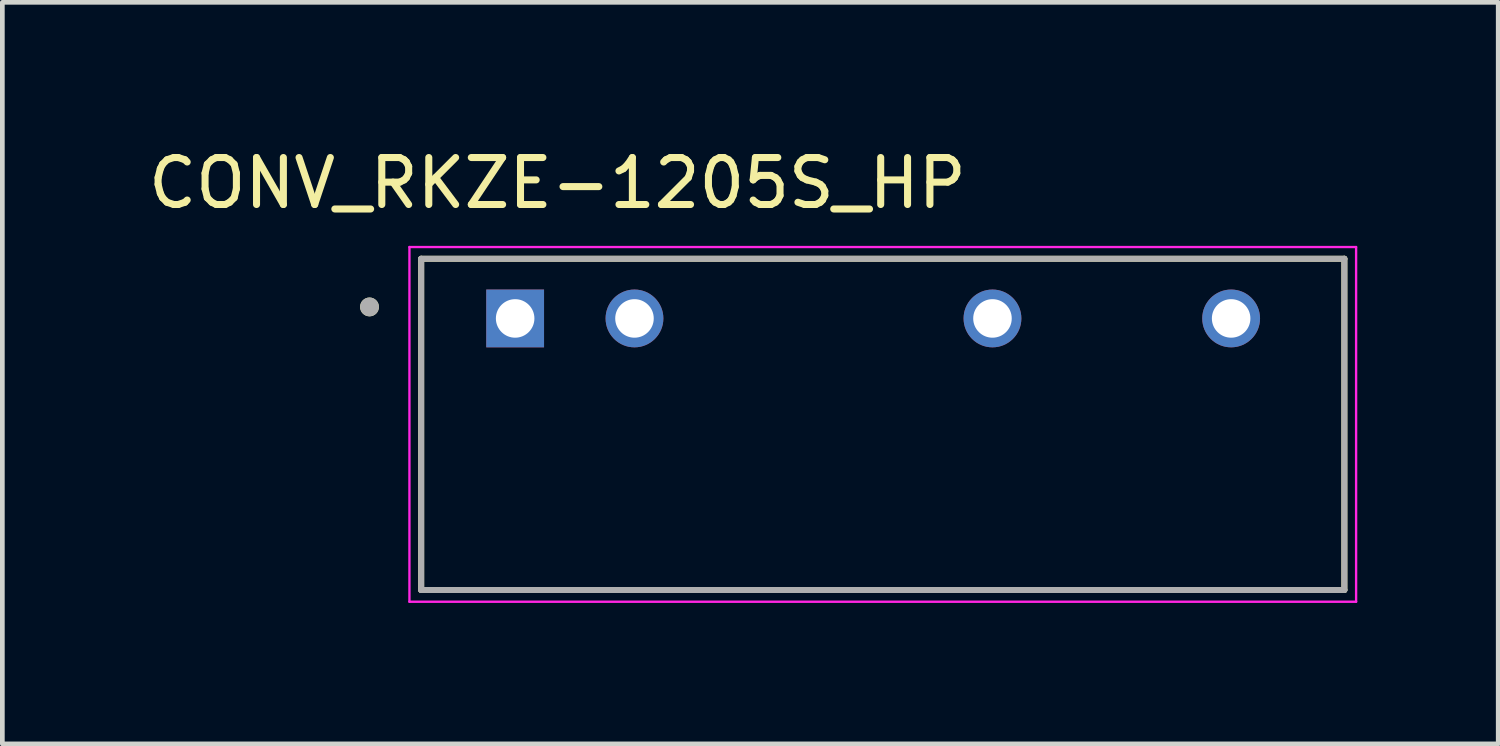
<source format=kicad_pcb>
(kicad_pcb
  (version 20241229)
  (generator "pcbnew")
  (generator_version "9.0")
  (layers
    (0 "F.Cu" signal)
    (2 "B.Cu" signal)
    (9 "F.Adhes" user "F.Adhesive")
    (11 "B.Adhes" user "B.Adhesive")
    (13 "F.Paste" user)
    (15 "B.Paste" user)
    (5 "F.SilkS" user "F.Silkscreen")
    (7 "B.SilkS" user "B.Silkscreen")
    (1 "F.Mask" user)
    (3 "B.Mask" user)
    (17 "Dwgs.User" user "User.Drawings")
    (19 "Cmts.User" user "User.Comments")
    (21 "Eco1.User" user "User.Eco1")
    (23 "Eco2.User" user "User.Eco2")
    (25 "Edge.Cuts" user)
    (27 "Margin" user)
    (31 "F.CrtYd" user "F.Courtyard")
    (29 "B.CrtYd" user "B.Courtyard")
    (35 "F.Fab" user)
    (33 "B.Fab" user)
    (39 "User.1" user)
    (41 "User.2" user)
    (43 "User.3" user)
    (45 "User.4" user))
  (footprint "CONV_RKZE-1205S_HP"
    (layer "F.Cu")
    (at 15.74 5.983)
    (property "Reference" "CONV_RKZE-1205S_HP" (at -6.925 -5.135 0) (layer "F.SilkS") (effects (font (size 1 1) (thickness 0.15))))
    (attr through_hole)
    (fp_line (start -9.825 -3.525) (end 9.825 -3.525) (stroke (width 0.127) (type solid)) (layer "F.SilkS"))
    (fp_line (start -9.825 3.525) (end -9.825 -3.525) (stroke (width 0.127) (type solid)) (layer "F.SilkS"))
    (fp_line (start 9.825 -3.525) (end 9.825 3.525) (stroke (width 0.127) (type solid)) (layer "F.SilkS"))
    (fp_line (start 9.825 3.525) (end -9.825 3.525) (stroke (width 0.127) (type solid)) (layer "F.SilkS"))
    (fp_circle (center -10.925 -2.5) (end -10.825 -2.5) (stroke (width 0.2) (type solid)) (fill no) (layer "F.SilkS"))
    (fp_line (start -10.075 -3.775) (end 10.075 -3.775) (stroke (width 0.05) (type solid)) (layer "F.CrtYd"))
    (fp_line (start -10.075 3.775) (end -10.075 -3.775) (stroke (width 0.05) (type solid)) (layer "F.CrtYd"))
    (fp_line (start 10.075 -3.775) (end 10.075 3.775) (stroke (width 0.05) (type solid)) (layer "F.CrtYd"))
    (fp_line (start 10.075 3.775) (end -10.075 3.775) (stroke (width 0.05) (type solid)) (layer "F.CrtYd"))
    (fp_line (start -9.825 -3.525) (end 9.825 -3.525) (stroke (width 0.127) (type solid)) (layer "F.Fab"))
    (fp_line (start -9.825 3.525) (end -9.825 -3.525) (stroke (width 0.127) (type solid)) (layer "F.Fab"))
    (fp_line (start 9.825 -3.525) (end 9.825 3.525) (stroke (width 0.127) (type solid)) (layer "F.Fab"))
    (fp_line (start 9.825 3.525) (end -9.825 3.525) (stroke (width 0.127) (type solid)) (layer "F.Fab"))
    (fp_circle (center -10.925 -2.5) (end -10.825 -2.5) (stroke (width 0.2) (type solid)) (fill no) (layer "F.Fab"))
    (pad "1" thru_hole rect (at -7.825 -2.255) (size 1.23 1.23) (drill 0.82) (layers "*.Cu" "*.Mask"))
    (pad "2" thru_hole circle (at -5.285 -2.255) (size 1.23 1.23) (drill 0.82) (layers "*.Cu" "*.Mask"))
    (pad "5" thru_hole circle (at 2.335 -2.255) (size 1.23 1.23) (drill 0.82) (layers "*.Cu" "*.Mask"))
    (pad "7" thru_hole circle (at 7.415 -2.255) (size 1.23 1.23) (drill 0.82) (layers "*.Cu" "*.Mask")))
  (gr_rect
    (start -3 -3)
    (end 28.84 12.783)
    (stroke (width 0.1) (type default))
    (fill no)
    (layer "Edge.Cuts")))
</source>
